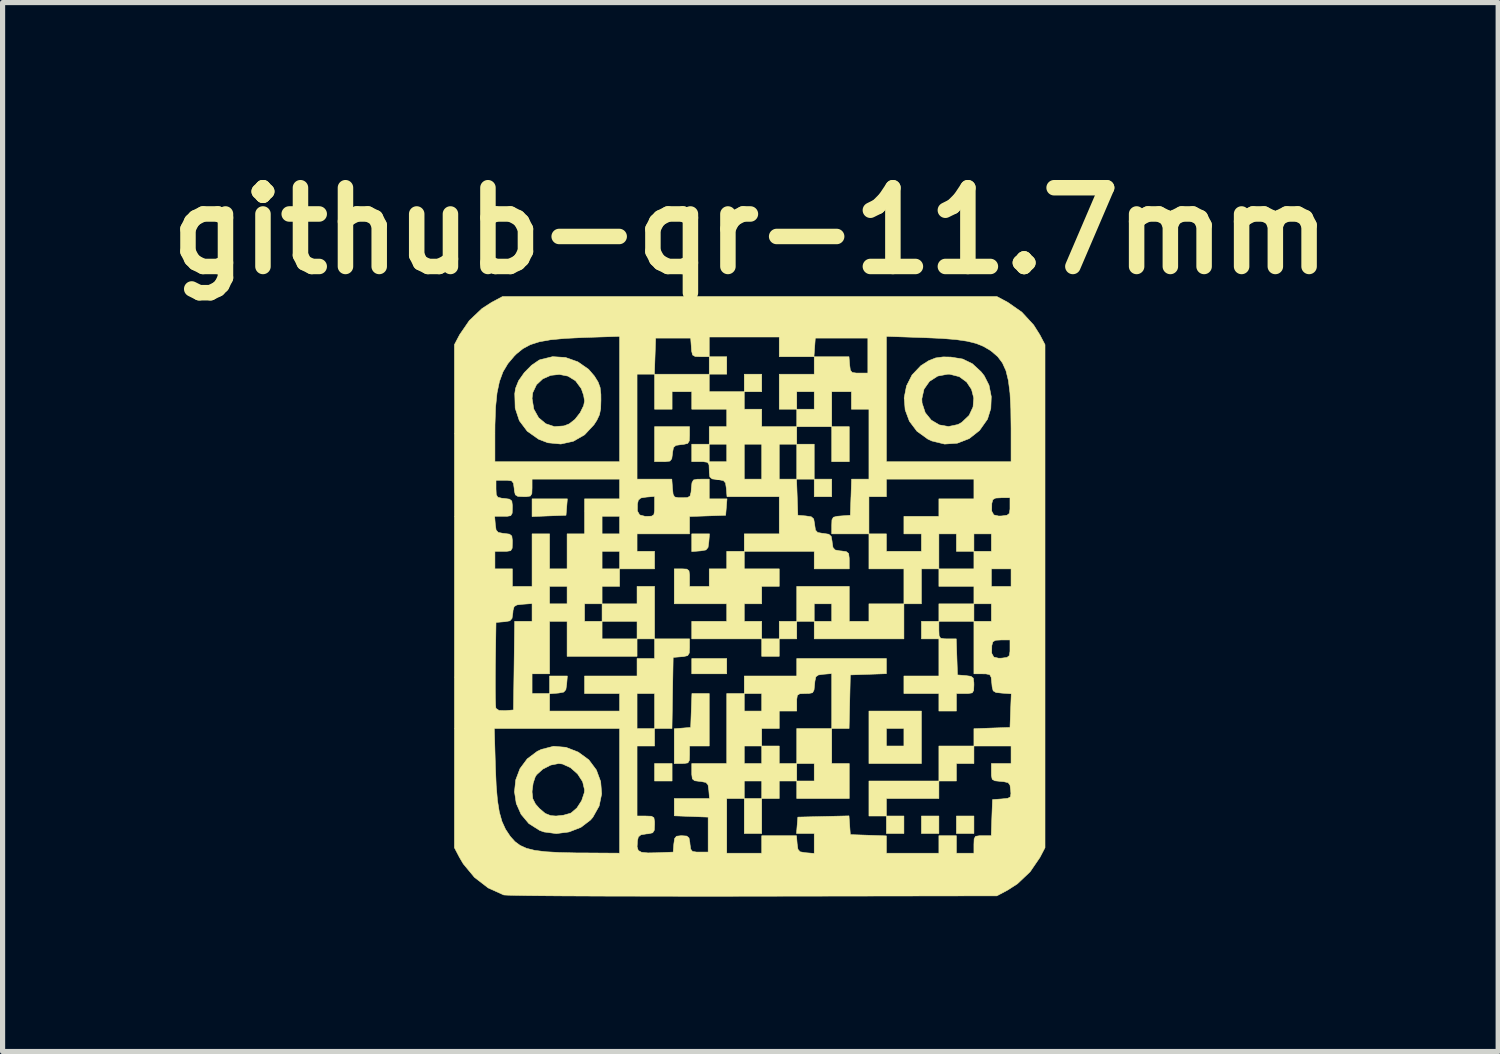
<source format=kicad_pcb>
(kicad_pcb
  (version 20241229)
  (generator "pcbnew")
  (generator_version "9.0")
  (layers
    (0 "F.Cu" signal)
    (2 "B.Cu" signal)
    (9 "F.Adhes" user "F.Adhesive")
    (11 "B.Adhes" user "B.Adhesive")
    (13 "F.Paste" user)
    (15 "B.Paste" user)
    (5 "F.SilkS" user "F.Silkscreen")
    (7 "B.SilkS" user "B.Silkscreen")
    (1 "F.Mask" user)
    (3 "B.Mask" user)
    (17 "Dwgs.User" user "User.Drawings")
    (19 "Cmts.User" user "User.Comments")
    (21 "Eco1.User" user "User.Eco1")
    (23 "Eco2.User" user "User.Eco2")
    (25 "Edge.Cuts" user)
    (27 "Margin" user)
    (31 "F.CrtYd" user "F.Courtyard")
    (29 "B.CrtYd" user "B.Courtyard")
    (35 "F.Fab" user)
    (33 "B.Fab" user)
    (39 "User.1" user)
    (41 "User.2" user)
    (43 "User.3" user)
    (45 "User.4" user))
  (footprint "github-qr-11.7mm"
    (layer "F.Cu")
    (at 11.524 8.468)
    (property "Reference" "github-qr-11.7mm" (at -0.05 -7.05 0) (layer "F.SilkS") (effects (font (size 1.524 1.524) (thickness 0.3))))
    (attr through_hole)
    (fp_poly (pts (xy -1.566 3.598) (xy -1.905 3.598) (xy -1.905 3.26) (xy -1.566 3.26) (xy -1.566 3.598)) (stroke (width 0.01) (type solid)) (fill yes) (layer "F.SilkS"))
    (fp_poly (pts (xy -0.847 -4.614) (xy -0.508 -4.614) (xy -0.508 -4.276) (xy -0.847 -4.276) (xy -0.847 -4.614)) (stroke (width 0.01) (type solid)) (fill yes) (layer "F.SilkS"))
    (fp_poly (pts (xy -0.508 1.524) (xy -1.185 1.524) (xy -1.185 1.228) (xy -0.508 1.228) (xy -0.508 1.524)) (stroke (width 0.01) (type solid)) (fill yes) (layer "F.SilkS"))
    (fp_poly (pts (xy -0.169 -4.276) (xy 0.169 -4.276) (xy 0.169 -3.937) (xy -0.169 -3.937) (xy -0.169 -4.276)) (stroke (width 0.01) (type solid)) (fill yes) (layer "F.SilkS"))
    (fp_poly (pts (xy 0.169 4.614) (xy -0.169 4.614) (xy -0.169 3.937) (xy 0.169 3.937) (xy 0.169 4.614)) (stroke (width 0.01) (type solid)) (fill yes) (layer "F.SilkS"))
    (fp_poly (pts (xy 0.508 1.185) (xy 0.169 1.185) (xy 0.169 0.847) (xy 0.508 0.847) (xy 0.508 1.185)) (stroke (width 0.01) (type solid)) (fill yes) (layer "F.SilkS"))
    (fp_poly (pts (xy 0.847 0.847) (xy 0.508 0.847) (xy 0.508 0.508) (xy 0.847 0.508) (xy 0.847 0.847)) (stroke (width 0.01) (type solid)) (fill yes) (layer "F.SilkS"))
    (fp_poly (pts (xy 1.185 -2.244) (xy 0.847 -2.244) (xy 0.847 -2.921) (xy 1.185 -2.921) (xy 1.185 -2.244)) (stroke (width 0.01) (type solid)) (fill yes) (layer "F.SilkS"))
    (fp_poly (pts (xy 1.524 -1.905) (xy 1.185 -1.905) (xy 1.185 -2.244) (xy 1.524 -2.244) (xy 1.524 -1.905)) (stroke (width 0.01) (type solid)) (fill yes) (layer "F.SilkS"))
    (fp_poly (pts (xy 1.863 -2.582) (xy 1.524 -2.582) (xy 1.524 -3.26) (xy 1.863 -3.26) (xy 1.863 -2.582)) (stroke (width 0.01) (type solid)) (fill yes) (layer "F.SilkS"))
    (fp_poly (pts (xy 2.921 4.276) (xy 2.921 4.614) (xy 2.582 4.614) (xy 2.582 4.276) (xy 2.921 4.276)) (stroke (width 0.01) (type solid)) (fill yes) (layer "F.SilkS"))
    (fp_poly (pts (xy 3.598 0.169) (xy 4.276 0.169) (xy 4.276 0.508) (xy 3.598 0.508) (xy 3.598 0.169)) (stroke (width 0.01) (type solid)) (fill yes) (layer "F.SilkS"))
    (fp_poly (pts (xy 3.598 4.614) (xy 3.26 4.614) (xy 3.26 4.276) (xy 3.598 4.276) (xy 3.598 4.614)) (stroke (width 0.01) (type solid)) (fill yes) (layer "F.SilkS"))
    (fp_poly (pts (xy 4.276 4.614) (xy 3.937 4.614) (xy 3.937 4.276) (xy 4.276 4.276) (xy 4.276 4.614)) (stroke (width 0.01) (type solid)) (fill yes) (layer "F.SilkS"))
    (fp_poly (pts (xy -3.606 -1.704) (xy -3.619 -1.545) (xy -3.948 -1.533) (xy -4.276 -1.52) (xy -4.276 -1.863) (xy -3.593 -1.863) (xy -3.606 -1.704)) (stroke (width 0.01) (type solid)) (fill yes) (layer "F.SilkS"))
    (fp_poly (pts (xy 2.244 4.276) (xy 2.244 3.598) (xy 3.598 3.598) (xy 3.598 3.937) (xy 2.582 3.937) (xy 2.582 4.276) (xy 2.244 4.276)) (stroke (width 0.01) (type solid)) (fill yes) (layer "F.SilkS"))
    (fp_poly (pts (xy 3.598 2.921) (xy 4.276 2.921) (xy 4.276 3.26) (xy 3.937 3.26) (xy 3.937 3.598) (xy 3.598 3.598) (xy 3.598 2.921)) (stroke (width 0.01) (type solid)) (fill yes) (layer "F.SilkS"))
    (fp_poly (pts (xy -3.606 1.725) (xy -3.622 1.83) (xy -3.663 1.877) (xy -3.757 1.895) (xy -3.778 1.897) (xy -3.937 1.91) (xy -3.937 1.566) (xy -3.593 1.566) (xy -3.606 1.725)) (stroke (width 0.01) (type solid)) (fill yes) (layer "F.SilkS"))
    (fp_poly (pts (xy -1.905 0.847) (xy -2.244 0.847) (xy -2.244 0.508) (xy -2.921 0.508) (xy -2.921 0.169) (xy -2.244 0.169) (xy -2.244 -0.169) (xy -1.905 -0.169) (xy -1.905 0.847)) (stroke (width 0.01) (type solid)) (fill yes) (layer "F.SilkS"))
    (fp_poly (pts (xy -0.855 -1.027) (xy -0.87 -0.922) (xy -0.911 -0.874) (xy -1.005 -0.857) (xy -1.027 -0.855) (xy -1.185 -0.842) (xy -1.185 -1.185) (xy -0.842 -1.185) (xy -0.855 -1.027)) (stroke (width 0.01) (type solid)) (fill yes) (layer "F.SilkS"))
    (fp_poly (pts (xy 1.524 3.26) (xy 1.863 3.26) (xy 1.863 3.937) (xy 0.847 3.937) (xy 0.847 3.598) (xy 1.185 3.598) (xy 1.185 3.26) (xy 0.847 3.26) (xy 0.847 2.582) (xy 1.524 2.582) (xy 1.524 3.26)) (stroke (width 0.01) (type solid)) (fill yes) (layer "F.SilkS"))
    (fp_poly (pts (xy 3.26 3.26) (xy 2.244 3.26) (xy 2.244 2.582) (xy 2.582 2.582) (xy 2.582 2.921) (xy 2.921 2.921) (xy 2.921 2.582) (xy 2.582 2.582) (xy 2.244 2.582) (xy 2.244 2.244) (xy 3.26 2.244) (xy 3.26 3.26)) (stroke (width 0.01) (type solid)) (fill yes) (layer "F.SilkS"))
    (fp_poly (pts (xy -0.847 2.921) (xy -1.228 2.921) (xy -1.228 3.09) (xy -1.232 3.199) (xy -1.26 3.247) (xy -1.332 3.259) (xy -1.376 3.26) (xy -1.524 3.26) (xy -1.524 2.587) (xy -1.206 2.561) (xy -1.182 1.905) (xy -0.847 1.905) (xy -0.847 2.921)) (stroke (width 0.01) (type solid)) (fill yes) (layer "F.SilkS"))
    (fp_poly (pts (xy -1.228 -3.093) (xy -1.233 -2.985) (xy -1.264 -2.935) (xy -1.344 -2.917) (xy -1.386 -2.913) (xy -1.491 -2.898) (xy -1.539 -2.857) (xy -1.556 -2.763) (xy -1.558 -2.741) (xy -1.572 -2.639) (xy -1.608 -2.594) (xy -1.694 -2.583) (xy -1.738 -2.582) (xy -1.905 -2.582) (xy -1.905 -3.26) (xy -1.228 -3.26) (xy -1.228 -3.093)) (stroke (width 0.01) (type solid)) (fill yes) (layer "F.SilkS"))
    (fp_poly (pts (xy 0.847 -0.169) (xy 1.863 -0.169) (xy 1.863 0.508) (xy 2.244 0.508) (xy 2.244 0.169) (xy 2.921 0.169) (xy 2.921 0.847) (xy 1.185 0.847) (xy 1.185 0.508) (xy 0.847 0.508) (xy 0.847 0.169) (xy 1.185 0.169) (xy 1.185 0.508) (xy 1.524 0.508) (xy 1.524 0.169) (xy 1.185 0.169) (xy 0.847 0.169) (xy 0.847 -0.169)) (stroke (width 0.01) (type solid)) (fill yes) (layer "F.SilkS"))
    (fp_poly (pts (xy -1.185 0.847) (xy -1.185 0.508) (xy -0.508 0.508) (xy -0.508 0.169) (xy -1.524 0.169) (xy -1.524 -0.508) (xy -1.376 -0.508) (xy -1.281 -0.503) (xy -1.239 -0.471) (xy -1.228 -0.389) (xy -1.228 -0.339) (xy -1.228 -0.169) (xy -0.847 -0.169) (xy -0.847 -0.508) (xy -0.508 -0.508) (xy -0.508 -0.847) (xy -0.169 -0.847) (xy -0.169 -0.508) (xy 0.508 -0.508) (xy 0.508 -0.169) (xy 0.169 -0.169) (xy 0.169 0.169) (xy -0.169 0.169) (xy -0.169 0.508) (xy 0.169 0.508) (xy 0.169 0.847) (xy -1.185 0.847)) (stroke (width 0.01) (type solid)) (fill yes) (layer "F.SilkS"))
    (fp_poly (pts (xy 3.598 0.677) (xy 3.602 0.786) (xy 3.631 0.834) (xy 3.708 0.846) (xy 3.766 0.847) (xy 3.934 0.847) (xy 3.946 1.196) (xy 3.958 1.545) (xy 4.117 1.558) (xy 4.219 1.572) (xy 4.264 1.608) (xy 4.275 1.694) (xy 4.276 1.738) (xy 4.271 1.845) (xy 4.243 1.892) (xy 4.165 1.905) (xy 4.106 1.905) (xy 3.937 1.905) (xy 3.937 2.244) (xy 3.598 2.244) (xy 3.598 1.905) (xy 2.921 1.905) (xy 2.921 1.566) (xy 3.598 1.566) (xy 3.598 0.847) (xy 3.26 0.847) (xy 3.26 0.508) (xy 3.598 0.508) (xy 3.598 0.677)) (stroke (width 0.01) (type solid)) (fill yes) (layer "F.SilkS"))
    (fp_poly (pts (xy 3.829 -4.607) (xy 4.059 -4.569) (xy 4.246 -4.478) (xy 4.414 -4.323) (xy 4.475 -4.246) (xy 4.568 -4.063) (xy 4.612 -3.841) (xy 4.603 -3.612) (xy 4.54 -3.408) (xy 4.538 -3.404) (xy 4.384 -3.186) (xy 4.185 -3.029) (xy 3.955 -2.94) (xy 3.709 -2.923) (xy 3.462 -2.983) (xy 3.383 -3.02) (xy 3.173 -3.172) (xy 3.027 -3.366) (xy 2.945 -3.586) (xy 2.928 -3.8) (xy 3.268 -3.8) (xy 3.272 -3.718) (xy 3.334 -3.53) (xy 3.451 -3.386) (xy 3.607 -3.294) (xy 3.784 -3.263) (xy 3.965 -3.301) (xy 4.04 -3.342) (xy 4.183 -3.478) (xy 4.259 -3.641) (xy 4.273 -3.814) (xy 4.23 -3.981) (xy 4.135 -4.124) (xy 3.993 -4.228) (xy 3.808 -4.275) (xy 3.772 -4.276) (xy 3.575 -4.239) (xy 3.416 -4.137) (xy 3.31 -3.986) (xy 3.268 -3.8) (xy 2.928 -3.8) (xy 2.926 -3.818) (xy 2.971 -4.048) (xy 3.078 -4.26) (xy 3.249 -4.44) (xy 3.399 -4.536) (xy 3.534 -4.59) (xy 3.68 -4.61) (xy 3.829 -4.607)) (stroke (width 0.01) (type solid)) (fill yes) (layer "F.SilkS"))
    (fp_poly (pts (xy -3.628 -4.599) (xy -3.39 -4.515) (xy -3.182 -4.37) (xy -3.07 -4.24) (xy -2.998 -4.124) (xy -2.959 -4.018) (xy -2.944 -3.886) (xy -2.943 -3.774) (xy -2.948 -3.608) (xy -2.972 -3.49) (xy -3.023 -3.382) (xy -3.079 -3.296) (xy -3.26 -3.102) (xy -3.478 -2.977) (xy -3.719 -2.924) (xy -3.969 -2.948) (xy -4.148 -3.016) (xy -4.369 -3.172) (xy -4.522 -3.375) (xy -4.603 -3.619) (xy -4.608 -3.807) (xy -4.276 -3.807) (xy -4.242 -3.599) (xy -4.149 -3.433) (xy -4.011 -3.317) (xy -3.843 -3.261) (xy -3.657 -3.275) (xy -3.557 -3.314) (xy -3.446 -3.401) (xy -3.345 -3.53) (xy -3.277 -3.669) (xy -3.26 -3.757) (xy -3.278 -3.867) (xy -3.322 -3.993) (xy -3.325 -3.999) (xy -3.435 -4.148) (xy -3.581 -4.238) (xy -3.747 -4.271) (xy -3.915 -4.253) (xy -4.069 -4.185) (xy -4.19 -4.072) (xy -4.263 -3.917) (xy -4.276 -3.807) (xy -4.608 -3.807) (xy -4.611 -3.898) (xy -4.596 -4.001) (xy -4.537 -4.148) (xy -4.426 -4.306) (xy -4.286 -4.448) (xy -4.14 -4.548) (xy -4.118 -4.557) (xy -3.878 -4.615) (xy -3.628 -4.599)) (stroke (width 0.01) (type solid)) (fill yes) (layer "F.SilkS"))
    (fp_poly (pts (xy -3.621 2.946) (xy -3.382 3.039) (xy -3.177 3.189) (xy -3.031 3.385) (xy -2.948 3.61) (xy -2.929 3.848) (xy -2.978 4.083) (xy -3.099 4.299) (xy -3.145 4.353) (xy -3.331 4.495) (xy -3.56 4.584) (xy -3.806 4.616) (xy -4.043 4.585) (xy -4.128 4.555) (xy -4.338 4.422) (xy -4.489 4.242) (xy -4.582 4.032) (xy -4.615 3.812) (xy -4.276 3.812) (xy -4.262 3.941) (xy -4.21 4.044) (xy -4.132 4.132) (xy -4.021 4.226) (xy -3.915 4.268) (xy -3.812 4.276) (xy -3.667 4.26) (xy -3.535 4.223) (xy -3.517 4.214) (xy -3.408 4.12) (xy -3.316 3.978) (xy -3.265 3.824) (xy -3.26 3.77) (xy -3.297 3.612) (xy -3.395 3.461) (xy -3.533 3.339) (xy -3.688 3.269) (xy -3.761 3.26) (xy -3.915 3.29) (xy -4.069 3.369) (xy -4.187 3.476) (xy -4.214 3.517) (xy -4.255 3.64) (xy -4.275 3.787) (xy -4.276 3.812) (xy -4.615 3.812) (xy -4.616 3.805) (xy -4.592 3.576) (xy -4.51 3.359) (xy -4.37 3.17) (xy -4.174 3.023) (xy -4.097 2.987) (xy -3.86 2.926) (xy -3.621 2.946)) (stroke (width 0.01) (type solid)) (fill yes) (layer "F.SilkS"))
    (fp_poly (pts (xy -0.169 -3.598) (xy 0.169 -3.598) (xy 0.169 -3.26) (xy 0.847 -3.26) (xy 0.847 -2.921) (xy 0.508 -2.921) (xy 0.508 -2.244) (xy 0.843 -2.244) (xy 0.856 -1.894) (xy 0.868 -1.545) (xy 1.024 -1.532) (xy 1.128 -1.516) (xy 1.175 -1.474) (xy 1.192 -1.378) (xy 1.194 -1.363) (xy 1.209 -1.259) (xy 1.251 -1.212) (xy 1.347 -1.195) (xy 1.363 -1.194) (xy 1.467 -1.178) (xy 1.514 -1.136) (xy 1.531 -1.04) (xy 1.532 -1.024) (xy 1.548 -0.921) (xy 1.589 -0.874) (xy 1.684 -0.856) (xy 1.704 -0.855) (xy 1.806 -0.841) (xy 1.851 -0.805) (xy 1.862 -0.719) (xy 1.863 -0.675) (xy 1.863 -0.508) (xy 1.185 -0.508) (xy 1.185 -0.847) (xy -0.169 -0.847) (xy -0.169 -1.185) (xy 0.508 -1.185) (xy 0.508 -1.905) (xy -0.503 -1.905) (xy -0.516 -2.064) (xy -0.531 -2.169) (xy -0.572 -2.216) (xy -0.666 -2.234) (xy -0.688 -2.236) (xy -0.79 -2.249) (xy -0.835 -2.286) (xy -0.846 -2.371) (xy -0.847 -2.416) (xy -0.851 -2.522) (xy -0.88 -2.57) (xy -0.958 -2.582) (xy -1.016 -2.582) (xy -1.185 -2.582) (xy -1.185 -2.921) (xy -0.847 -2.921) (xy -0.847 -2.582) (xy -0.508 -2.582) (xy -0.508 -2.921) (xy -0.169 -2.921) (xy -0.169 -2.244) (xy 0.169 -2.244) (xy 0.169 -2.921) (xy -0.169 -2.921) (xy -0.508 -2.921) (xy -0.847 -2.921) (xy -0.847 -3.26) (xy -0.508 -3.26) (xy -0.508 -3.598) (xy -1.185 -3.598) (xy -1.185 -3.937) (xy -1.566 -3.937) (xy -1.566 -3.598) (xy -1.905 -3.598) (xy -1.905 -4.276) (xy -0.847 -4.276) (xy -0.847 -3.937) (xy -0.169 -3.937) (xy -0.169 -3.598)) (stroke (width 0.01) (type solid)) (fill yes) (layer "F.SilkS"))
    (fp_poly (pts (xy 4.932 -5.666) (xy 5.203 -5.477) (xy 5.432 -5.228) (xy 5.552 -5.038) (xy 5.652 -4.847) (xy 5.652 4.889) (xy 5.552 5.08) (xy 5.363 5.356) (xy 5.118 5.588) (xy 4.932 5.708) (xy 4.72 5.821) (xy 0 5.828) (xy -0.627 5.829) (xy -1.231 5.829) (xy -1.808 5.828) (xy -2.351 5.827) (xy -2.854 5.826) (xy -3.313 5.824) (xy -3.722 5.822) (xy -4.075 5.819) (xy -4.367 5.816) (xy -4.592 5.812) (xy -4.745 5.808) (xy -4.82 5.804) (xy -4.826 5.803) (xy -5.125 5.668) (xy -5.391 5.463) (xy -5.607 5.202) (xy -5.679 5.08) (xy -5.779 4.889) (xy -5.779 2.582) (xy -5.007 2.582) (xy -4.985 3.334) (xy -4.97 3.688) (xy -4.946 3.972) (xy -4.91 4.198) (xy -4.859 4.38) (xy -4.79 4.532) (xy -4.7 4.667) (xy -4.694 4.675) (xy -4.607 4.771) (xy -4.507 4.845) (xy -4.383 4.901) (xy -4.223 4.941) (xy -4.016 4.967) (xy -3.75 4.982) (xy -3.415 4.99) (xy -3.313 4.99) (xy -2.582 4.995) (xy -2.582 2.582) (xy -5.007 2.582) (xy -5.779 2.582) (xy -5.779 1.815) (xy -4.988 1.815) (xy -4.986 2.001) (xy -4.982 2.131) (xy -4.976 2.192) (xy -4.975 2.192) (xy -4.916 2.232) (xy -4.795 2.236) (xy -4.636 2.223) (xy -4.626 1.524) (xy -4.276 1.524) (xy -4.276 1.905) (xy -3.937 1.905) (xy -3.937 2.244) (xy -2.582 2.244) (xy -2.582 1.905) (xy -2.244 1.905) (xy -2.244 2.582) (xy -1.905 2.582) (xy -1.905 1.905) (xy -2.244 1.905) (xy -2.582 1.905) (xy -3.26 1.905) (xy -3.26 1.566) (xy -2.244 1.566) (xy -2.244 1.228) (xy -1.905 1.228) (xy -1.905 0.847) (xy -1.228 0.847) (xy -1.228 1.013) (xy -1.233 1.121) (xy -1.264 1.171) (xy -1.344 1.19) (xy -1.386 1.193) (xy -1.545 1.206) (xy -1.557 1.894) (xy -1.568 2.582) (xy -1.905 2.582) (xy -1.905 2.921) (xy -2.244 2.921) (xy -2.244 4.276) (xy -2.074 4.276) (xy -1.966 4.28) (xy -1.918 4.308) (xy -1.905 4.385) (xy -1.905 4.442) (xy -1.91 4.55) (xy -1.941 4.6) (xy -2.021 4.619) (xy -2.064 4.622) (xy -2.17 4.64) (xy -2.219 4.681) (xy -2.236 4.755) (xy -2.243 4.87) (xy -2.221 4.942) (xy -2.156 4.978) (xy -2.033 4.99) (xy -1.874 4.987) (xy -1.545 4.974) (xy -1.532 4.815) (xy -1.517 4.711) (xy -1.48 4.667) (xy -1.395 4.657) (xy -1.376 4.657) (xy -1.281 4.664) (xy -1.238 4.701) (xy -1.221 4.795) (xy -1.22 4.815) (xy -1.206 4.917) (xy -1.17 4.962) (xy -1.086 4.974) (xy -1.037 4.974) (xy -0.868 4.974) (xy -0.868 4.297) (xy -1.524 4.272) (xy -1.524 3.937) (xy -0.842 3.937) (xy -0.855 3.778) (xy -0.87 3.673) (xy -0.911 3.626) (xy -1.005 3.608) (xy -1.027 3.606) (xy -1.129 3.593) (xy -1.174 3.556) (xy -1.185 3.471) (xy -1.185 3.426) (xy -1.185 3.26) (xy -0.508 3.26) (xy -0.508 2.921) (xy -0.169 2.921) (xy -0.169 3.26) (xy 0.169 3.26) (xy 0.169 2.921) (xy -0.169 2.921) (xy -0.508 2.921) (xy -0.508 1.905) (xy -0.169 1.905) (xy -0.169 2.244) (xy 0.169 2.244) (xy 0.169 1.905) (xy -0.169 1.905) (xy -0.169 1.566) (xy 0.847 1.566) (xy 0.847 1.228) (xy 2.582 1.228) (xy 2.582 1.521) (xy 2.233 1.533) (xy 1.884 1.545) (xy 1.872 2.064) (xy 1.86 2.582) (xy 1.524 2.582) (xy 1.524 1.519) (xy 1.365 1.532) (xy 1.265 1.546) (xy 1.217 1.581) (xy 1.199 1.664) (xy 1.193 1.725) (xy 1.181 1.838) (xy 1.152 1.89) (xy 1.08 1.904) (xy 1.014 1.905) (xy 0.907 1.909) (xy 0.859 1.938) (xy 0.847 2.016) (xy 0.847 2.074) (xy 0.847 2.244) (xy 0.508 2.244) (xy 0.508 2.582) (xy 0.169 2.582) (xy 0.169 2.921) (xy 0.508 2.921) (xy 0.508 3.26) (xy 0.847 3.26) (xy 0.847 3.598) (xy 0.508 3.598) (xy 0.508 3.937) (xy 0.169 3.937) (xy 0.169 3.598) (xy -0.169 3.598) (xy -0.169 3.937) (xy -0.508 3.937) (xy -0.508 4.995) (xy 0.169 4.995) (xy 0.169 4.657) (xy 0.842 4.657) (xy 0.855 4.815) (xy 0.87 4.92) (xy 0.911 4.968) (xy 1.005 4.985) (xy 1.027 4.987) (xy 1.185 5) (xy 1.185 4.614) (xy 0.842 4.614) (xy 0.868 4.297) (xy 1.363 4.285) (xy 1.858 4.273) (xy 1.884 4.636) (xy 2.582 4.66) (xy 2.582 4.995) (xy 3.598 4.995) (xy 3.598 4.657) (xy 3.937 4.657) (xy 3.937 4.995) (xy 4.276 4.995) (xy 4.276 4.826) (xy 4.28 4.718) (xy 4.308 4.669) (xy 4.385 4.657) (xy 4.443 4.657) (xy 4.611 4.657) (xy 4.623 4.307) (xy 4.636 3.958) (xy 4.818 3.945) (xy 4.931 3.933) (xy 4.982 3.906) (xy 4.992 3.841) (xy 4.987 3.776) (xy 4.974 3.677) (xy 4.938 3.63) (xy 4.854 3.611) (xy 4.794 3.606) (xy 4.682 3.594) (xy 4.63 3.565) (xy 4.615 3.493) (xy 4.614 3.427) (xy 4.614 3.26) (xy 4.995 3.26) (xy 4.995 2.921) (xy 4.276 2.921) (xy 4.276 2.586) (xy 4.625 2.573) (xy 4.974 2.561) (xy 4.986 2.236) (xy 4.999 1.91) (xy 4.817 1.897) (xy 4.703 1.885) (xy 4.649 1.853) (xy 4.629 1.778) (xy 4.622 1.704) (xy 4.61 1.591) (xy 4.581 1.539) (xy 4.509 1.525) (xy 4.443 1.524) (xy 4.276 1.524) (xy 4.276 1.126) (xy 4.62 1.126) (xy 4.661 1.2) (xy 4.757 1.222) (xy 4.815 1.22) (xy 4.917 1.206) (xy 4.962 1.17) (xy 4.974 1.087) (xy 4.974 1.037) (xy 4.974 0.868) (xy 4.805 0.868) (xy 4.695 0.874) (xy 4.643 0.904) (xy 4.623 0.974) (xy 4.622 0.988) (xy 4.62 1.126) (xy 4.276 1.126) (xy 4.276 0.508) (xy 4.614 0.508) (xy 4.614 0.169) (xy 4.276 0.169) (xy 4.276 -0.169) (xy 3.598 -0.169) (xy 3.598 -0.508) (xy 3.26 -0.508) (xy 3.26 0.169) (xy 2.921 0.169) (xy 2.921 -0.508) (xy 2.244 -0.508) (xy 2.244 -1.185) (xy 1.524 -1.185) (xy 1.524 -1.352) (xy 1.528 -1.457) (xy 1.556 -1.507) (xy 1.632 -1.526) (xy 1.704 -1.532) (xy 1.884 -1.545) (xy 1.896 -1.894) (xy 1.897 -1.905) (xy 2.244 -1.905) (xy 2.244 -1.185) (xy 2.582 -1.185) (xy 2.582 -0.847) (xy 3.26 -0.847) (xy 3.26 -1.185) (xy 3.598 -1.185) (xy 3.598 -0.508) (xy 4.276 -0.508) (xy 4.614 -0.508) (xy 4.614 -0.169) (xy 4.995 -0.169) (xy 4.995 -0.508) (xy 4.614 -0.508) (xy 4.276 -0.508) (xy 4.276 -0.847) (xy 3.937 -0.847) (xy 3.937 -1.185) (xy 4.276 -1.185) (xy 4.276 -0.847) (xy 4.614 -0.847) (xy 4.614 -1.185) (xy 4.276 -1.185) (xy 3.937 -1.185) (xy 3.598 -1.185) (xy 3.26 -1.185) (xy 2.921 -1.185) (xy 2.921 -1.524) (xy 3.598 -1.524) (xy 3.598 -1.626) (xy 4.62 -1.626) (xy 4.661 -1.552) (xy 4.757 -1.53) (xy 4.815 -1.532) (xy 4.917 -1.546) (xy 4.962 -1.581) (xy 4.974 -1.665) (xy 4.974 -1.714) (xy 4.974 -1.884) (xy 4.805 -1.884) (xy 4.695 -1.878) (xy 4.643 -1.848) (xy 4.623 -1.778) (xy 4.622 -1.764) (xy 4.62 -1.626) (xy 3.598 -1.626) (xy 3.598 -1.863) (xy 4.276 -1.863) (xy 4.276 -2.244) (xy 2.582 -2.244) (xy 2.582 -1.905) (xy 2.244 -1.905) (xy 1.897 -1.905) (xy 1.908 -2.244) (xy 2.244 -2.244) (xy 2.244 -2.582) (xy 2.582 -2.582) (xy 4.995 -2.582) (xy 4.995 -3.228) (xy 4.99 -3.606) (xy 4.974 -3.911) (xy 4.943 -4.153) (xy 4.896 -4.344) (xy 4.828 -4.494) (xy 4.737 -4.615) (xy 4.62 -4.716) (xy 4.59 -4.738) (xy 4.463 -4.813) (xy 4.32 -4.871) (xy 4.146 -4.914) (xy 3.929 -4.946) (xy 3.655 -4.968) (xy 3.313 -4.983) (xy 2.582 -5.008) (xy 2.582 -2.582) (xy 2.244 -2.582) (xy 2.244 -3.598) (xy 1.905 -3.598) (xy 1.905 -3.937) (xy 1.524 -3.937) (xy 1.524 -3.26) (xy 0.847 -3.26) (xy 0.847 -3.598) (xy 0.508 -3.598) (xy 0.508 -3.937) (xy 0.847 -3.937) (xy 0.847 -3.598) (xy 1.185 -3.598) (xy 1.185 -3.937) (xy 0.847 -3.937) (xy 0.508 -3.937) (xy 0.508 -4.276) (xy 1.185 -4.276) (xy 1.185 -4.614) (xy 1.858 -4.614) (xy 1.871 -4.456) (xy 1.884 -4.354) (xy 1.92 -4.309) (xy 2.004 -4.297) (xy 2.053 -4.297) (xy 2.223 -4.297) (xy 2.223 -4.974) (xy 1.206 -4.974) (xy 1.193 -4.794) (xy 1.18 -4.614) (xy 0.508 -4.614) (xy 0.508 -4.995) (xy -0.847 -4.995) (xy -0.847 -4.614) (xy -1.014 -4.614) (xy -1.118 -4.618) (xy -1.169 -4.647) (xy -1.188 -4.723) (xy -1.193 -4.794) (xy -1.206 -4.974) (xy -1.884 -4.974) (xy -1.896 -4.625) (xy -1.908 -4.276) (xy -2.244 -4.276) (xy -2.244 -2.244) (xy -1.571 -2.244) (xy -1.558 -2.064) (xy -1.546 -1.951) (xy -1.516 -1.899) (xy -1.444 -1.885) (xy -1.376 -1.884) (xy -1.269 -1.888) (xy -1.219 -1.916) (xy -1.199 -1.991) (xy -1.193 -2.064) (xy -1.181 -2.176) (xy -1.152 -2.228) (xy -1.08 -2.243) (xy -1.014 -2.244) (xy -0.847 -2.244) (xy -0.847 -1.863) (xy -0.503 -1.863) (xy -0.516 -1.704) (xy -0.529 -1.545) (xy -0.878 -1.533) (xy -1.228 -1.521) (xy -1.228 -1.185) (xy -2.244 -1.185) (xy -2.244 -0.847) (xy -1.905 -0.847) (xy -1.905 -0.508) (xy -2.582 -0.508) (xy -2.582 -0.169) (xy -2.921 -0.169) (xy -2.921 0.169) (xy -3.26 0.169) (xy -3.26 0.508) (xy -2.921 0.508) (xy -2.921 0.847) (xy -2.244 0.847) (xy -2.244 1.185) (xy -3.598 1.185) (xy -3.598 0.508) (xy -3.937 0.508) (xy -3.937 1.524) (xy -4.276 1.524) (xy -4.626 1.524) (xy -4.624 1.365) (xy -4.613 0.508) (xy -4.276 0.508) (xy -4.276 0.164) (xy -4.456 0.177) (xy -4.569 0.19) (xy -4.623 0.222) (xy -4.644 0.295) (xy -4.648 0.347) (xy -4.664 0.451) (xy -4.706 0.498) (xy -4.802 0.515) (xy -4.818 0.516) (xy -4.974 0.529) (xy -4.986 1.332) (xy -4.988 1.587) (xy -4.988 1.815) (xy -5.779 1.815) (xy -5.779 -1.524) (xy -5 -1.524) (xy -4.987 -1.365) (xy -4.972 -1.26) (xy -4.931 -1.213) (xy -4.837 -1.195) (xy -4.815 -1.193) (xy -4.713 -1.18) (xy -4.668 -1.143) (xy -4.657 -1.058) (xy -4.657 -1.013) (xy -4.661 -0.907) (xy -4.69 -0.859) (xy -4.768 -0.847) (xy -4.826 -0.847) (xy -4.995 -0.847) (xy -4.995 -0.508) (xy -4.657 -0.508) (xy -4.657 -0.169) (xy -4.276 -0.169) (xy -3.937 -0.169) (xy -3.937 0.169) (xy -3.598 0.169) (xy -3.598 -0.169) (xy -3.937 -0.169) (xy -4.276 -0.169) (xy -4.276 -1.185) (xy -3.937 -1.185) (xy -3.937 -0.508) (xy -3.598 -0.508) (xy -3.598 -0.847) (xy -2.921 -0.847) (xy -2.921 -0.508) (xy -2.582 -0.508) (xy -2.582 -0.847) (xy -2.921 -0.847) (xy -3.598 -0.847) (xy -3.598 -1.185) (xy -3.26 -1.185) (xy -3.26 -1.524) (xy -2.921 -1.524) (xy -2.921 -1.185) (xy -2.582 -1.185) (xy -2.582 -1.524) (xy -2.921 -1.524) (xy -3.26 -1.524) (xy -3.26 -1.627) (xy -2.237 -1.627) (xy -2.193 -1.552) (xy -2.091 -1.525) (xy -2.054 -1.524) (xy -1.963 -1.528) (xy -1.919 -1.555) (xy -1.906 -1.628) (xy -1.905 -1.717) (xy -1.905 -1.91) (xy -2.064 -1.897) (xy -2.17 -1.88) (xy -2.219 -1.838) (xy -2.236 -1.764) (xy -2.237 -1.627) (xy -3.26 -1.627) (xy -3.26 -1.863) (xy -2.582 -1.863) (xy -2.582 -2.244) (xy -4.276 -2.244) (xy -4.276 -2.074) (xy -4.28 -1.966) (xy -4.308 -1.918) (xy -4.385 -1.905) (xy -4.442 -1.905) (xy -4.55 -1.91) (xy -4.6 -1.941) (xy -4.619 -2.021) (xy -4.622 -2.064) (xy -4.636 -2.165) (xy -4.672 -2.211) (xy -4.756 -2.222) (xy -4.805 -2.223) (xy -4.974 -2.223) (xy -4.974 -2.053) (xy -4.969 -1.944) (xy -4.939 -1.894) (xy -4.862 -1.875) (xy -4.815 -1.871) (xy -4.713 -1.857) (xy -4.668 -1.821) (xy -4.657 -1.735) (xy -4.657 -1.691) (xy -4.661 -1.585) (xy -4.689 -1.537) (xy -4.766 -1.524) (xy -4.829 -1.524) (xy -5 -1.524) (xy -5.779 -1.524) (xy -5.779 -2.582) (xy -4.995 -2.582) (xy -2.582 -2.582) (xy -2.582 -5.008) (xy -3.291 -4.985) (xy -3.64 -4.968) (xy -3.917 -4.942) (xy -4.136 -4.903) (xy -4.31 -4.847) (xy -4.453 -4.77) (xy -4.578 -4.669) (xy -4.622 -4.625) (xy -4.745 -4.479) (xy -4.839 -4.321) (xy -4.907 -4.136) (xy -4.954 -3.913) (xy -4.982 -3.638) (xy -4.994 -3.298) (xy -4.995 -3.122) (xy -4.995 -2.582) (xy -5.779 -2.582) (xy -5.779 -4.847) (xy -5.679 -5.038) (xy -5.49 -5.314) (xy -5.245 -5.546) (xy -5.059 -5.666) (xy -4.847 -5.779) (xy 4.72 -5.779) (xy 4.932 -5.666)) (stroke (width 0.01) (type solid)) (fill yes) (layer "F.SilkS")))
  (gr_rect
    (start -3 -3)
    (end 25.947 17.302)
    (stroke (width 0.1) (type default))
    (fill no)
    (layer "Edge.Cuts")))
</source>
